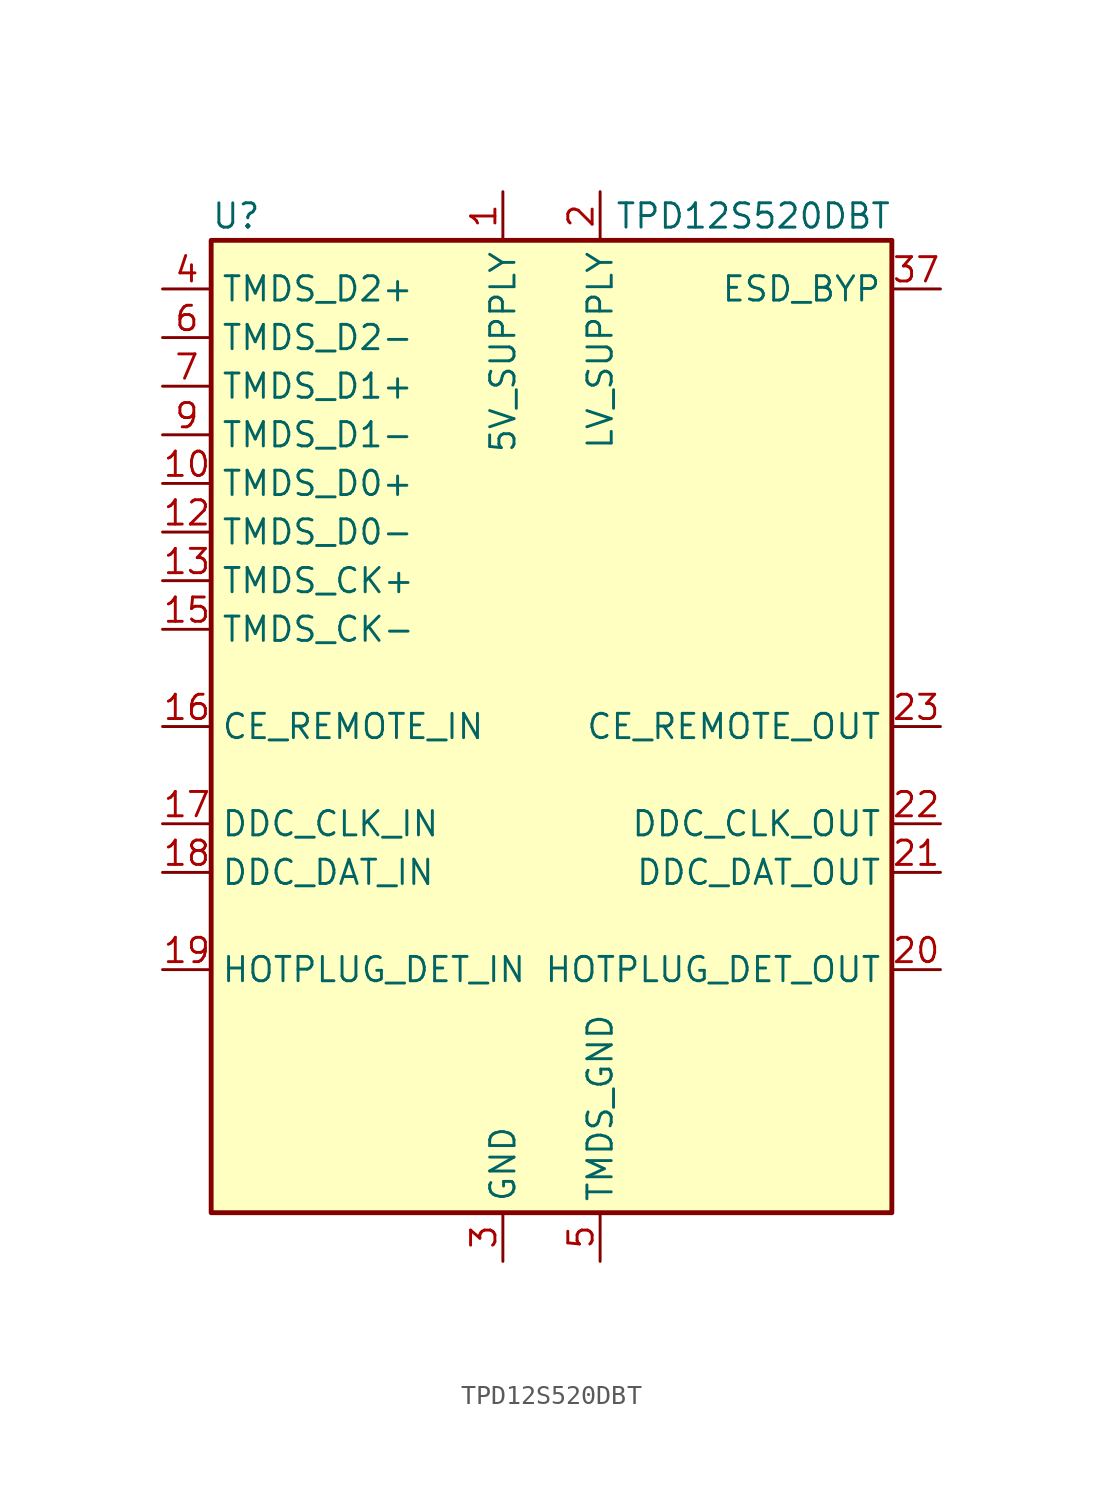
<source format=kicad_sym>
(kicad_symbol_lib
  (version 20241209)
  (generator "kicad_symbol_editor")
  (generator_version "9.0")
  (symbol "TPD12S520DBT"
    (property "Reference" "U"
      (at -17.78 26.67 0)
      (effects (font (size 1.27 1.27)) (justify left)))
    (property "Value" "TPD12S520DBT"
      (at 17.78 26.67 0)
      (effects (font (size 1.27 1.27)) (justify right)))
    (symbol "TPD12S520DBT_0_1"
      (rectangle (start -17.78 25.4) (end 17.78 -25.4) (stroke (width 0.254) (type default)) (fill (type background))))
    (symbol "TPD12S520DBT_1_1"
      (pin passive line (at -20.32 22.86 0) (length 2.54) (hide yes) (name "TMDS_D2+" (effects (font (size 1.27 1.27)))) (number "35" (effects (font (size 1.27 1.27)))))
      (pin passive line (at -20.32 22.86 0) (length 2.54) (name "TMDS_D2+" (effects (font (size 1.27 1.27)))) (number "4" (effects (font (size 1.27 1.27)))))
      (pin passive line (at -20.32 20.32 0) (length 2.54) (hide yes) (name "TMDS_D2-" (effects (font (size 1.27 1.27)))) (number "33" (effects (font (size 1.27 1.27)))))
      (pin passive line (at -20.32 20.32 0) (length 2.54) (name "TMDS_D2-" (effects (font (size 1.27 1.27)))) (number "6" (effects (font (size 1.27 1.27)))))
      (pin passive line (at -20.32 17.78 0) (length 2.54) (hide yes) (name "TMDS_D1+" (effects (font (size 1.27 1.27)))) (number "32" (effects (font (size 1.27 1.27)))))
      (pin passive line (at -20.32 17.78 0) (length 2.54) (name "TMDS_D1+" (effects (font (size 1.27 1.27)))) (number "7" (effects (font (size 1.27 1.27)))))
      (pin passive line (at -20.32 15.24 0) (length 2.54) (hide yes) (name "TMDS_D1-" (effects (font (size 1.27 1.27)))) (number "30" (effects (font (size 1.27 1.27)))))
      (pin passive line (at -20.32 15.24 0) (length 2.54) (name "TMDS_D1-" (effects (font (size 1.27 1.27)))) (number "9" (effects (font (size 1.27 1.27)))))
      (pin passive line (at -20.32 12.7 0) (length 2.54) (name "TMDS_D0+" (effects (font (size 1.27 1.27)))) (number "10" (effects (font (size 1.27 1.27)))))
      (pin passive line (at -20.32 12.7 0) (length 2.54) (hide yes) (name "TMDS_D0+" (effects (font (size 1.27 1.27)))) (number "29" (effects (font (size 1.27 1.27)))))
      (pin passive line (at -20.32 10.16 0) (length 2.54) (name "TMDS_D0-" (effects (font (size 1.27 1.27)))) (number "12" (effects (font (size 1.27 1.27)))))
      (pin passive line (at -20.32 10.16 0) (length 2.54) (hide yes) (name "TMDS_D0-" (effects (font (size 1.27 1.27)))) (number "27" (effects (font (size 1.27 1.27)))))
      (pin passive line (at -20.32 7.62 0) (length 2.54) (name "TMDS_CK+" (effects (font (size 1.27 1.27)))) (number "13" (effects (font (size 1.27 1.27)))))
      (pin passive line (at -20.32 7.62 0) (length 2.54) (hide yes) (name "TMDS_CK+" (effects (font (size 1.27 1.27)))) (number "26" (effects (font (size 1.27 1.27)))))
      (pin passive line (at -20.32 5.08 0) (length 2.54) (name "TMDS_CK-" (effects (font (size 1.27 1.27)))) (number "15" (effects (font (size 1.27 1.27)))))
      (pin passive line (at -20.32 5.08 0) (length 2.54) (hide yes) (name "TMDS_CK-" (effects (font (size 1.27 1.27)))) (number "24" (effects (font (size 1.27 1.27)))))
      (pin bidirectional line (at -20.32 0 0) (length 2.54) (name "CE_REMOTE_IN" (effects (font (size 1.27 1.27)))) (number "16" (effects (font (size 1.27 1.27)))))
      (pin bidirectional line (at -20.32 -5.08 0) (length 2.54) (name "DDC_CLK_IN" (effects (font (size 1.27 1.27)))) (number "17" (effects (font (size 1.27 1.27)))))
      (pin bidirectional line (at -20.32 -7.62 0) (length 2.54) (name "DDC_DAT_IN" (effects (font (size 1.27 1.27)))) (number "18" (effects (font (size 1.27 1.27)))))
      (pin bidirectional line (at -20.32 -12.7 0) (length 2.54) (name "HOTPLUG_DET_IN" (effects (font (size 1.27 1.27)))) (number "19" (effects (font (size 1.27 1.27)))))
      (pin power_in line (at -2.54 27.94 270) (length 2.54) (name "5V_SUPPLY" (effects (font (size 1.27 1.27)))) (number "1" (effects (font (size 1.27 1.27)))))
      (pin power_in line (at -2.54 -27.94 90) (length 2.54) (name "GND" (effects (font (size 1.27 1.27)))) (number "3" (effects (font (size 1.27 1.27)))))
      (pin passive line (at -2.54 -27.94 90) (length 2.54) (hide yes) (name "GND" (effects (font (size 1.27 1.27)))) (number "36" (effects (font (size 1.27 1.27)))))
      (pin power_in line (at 2.54 27.94 270) (length 2.54) (name "LV_SUPPLY" (effects (font (size 1.27 1.27)))) (number "2" (effects (font (size 1.27 1.27)))))
      (pin passive line (at 2.54 -27.94 90) (length 2.54) (hide yes) (name "TMDS_GND" (effects (font (size 1.27 1.27)))) (number "11" (effects (font (size 1.27 1.27)))))
      (pin passive line (at 2.54 -27.94 90) (length 2.54) (hide yes) (name "TMDS_GND" (effects (font (size 1.27 1.27)))) (number "14" (effects (font (size 1.27 1.27)))))
      (pin passive line (at 2.54 -27.94 90) (length 2.54) (hide yes) (name "TMDS_GND" (effects (font (size 1.27 1.27)))) (number "25" (effects (font (size 1.27 1.27)))))
      (pin passive line (at 2.54 -27.94 90) (length 2.54) (hide yes) (name "TMDS_GND" (effects (font (size 1.27 1.27)))) (number "28" (effects (font (size 1.27 1.27)))))
      (pin passive line (at 2.54 -27.94 90) (length 2.54) (hide yes) (name "TMDS_GND" (effects (font (size 1.27 1.27)))) (number "31" (effects (font (size 1.27 1.27)))))
      (pin passive line (at 2.54 -27.94 90) (length 2.54) (hide yes) (name "TMDS_GND" (effects (font (size 1.27 1.27)))) (number "34" (effects (font (size 1.27 1.27)))))
      (pin passive line (at 2.54 -27.94 90) (length 2.54) (name "TMDS_GND" (effects (font (size 1.27 1.27)))) (number "5" (effects (font (size 1.27 1.27)))))
      (pin passive line (at 2.54 -27.94 90) (length 2.54) (hide yes) (name "TMDS_GND" (effects (font (size 1.27 1.27)))) (number "8" (effects (font (size 1.27 1.27)))))
      (pin no_connect line (at 17.78 20.32 180) (length 2.54) (hide yes) (name "NC" (effects (font (size 1.27 1.27)))) (number "38" (effects (font (size 1.27 1.27)))))
      (pin passive line (at 20.32 22.86 180) (length 2.54) (name "ESD_BYP" (effects (font (size 1.27 1.27)))) (number "37" (effects (font (size 1.27 1.27)))))
      (pin bidirectional line (at 20.32 0 180) (length 2.54) (name "CE_REMOTE_OUT" (effects (font (size 1.27 1.27)))) (number "23" (effects (font (size 1.27 1.27)))))
      (pin bidirectional line (at 20.32 -5.08 180) (length 2.54) (name "DDC_CLK_OUT" (effects (font (size 1.27 1.27)))) (number "22" (effects (font (size 1.27 1.27)))))
      (pin bidirectional line (at 20.32 -7.62 180) (length 2.54) (name "DDC_DAT_OUT" (effects (font (size 1.27 1.27)))) (number "21" (effects (font (size 1.27 1.27)))))
      (pin bidirectional line (at 20.32 -12.7 180) (length 2.54) (name "HOTPLUG_DET_OUT" (effects (font (size 1.27 1.27)))) (number "20" (effects (font (size 1.27 1.27))))))))
</source>
